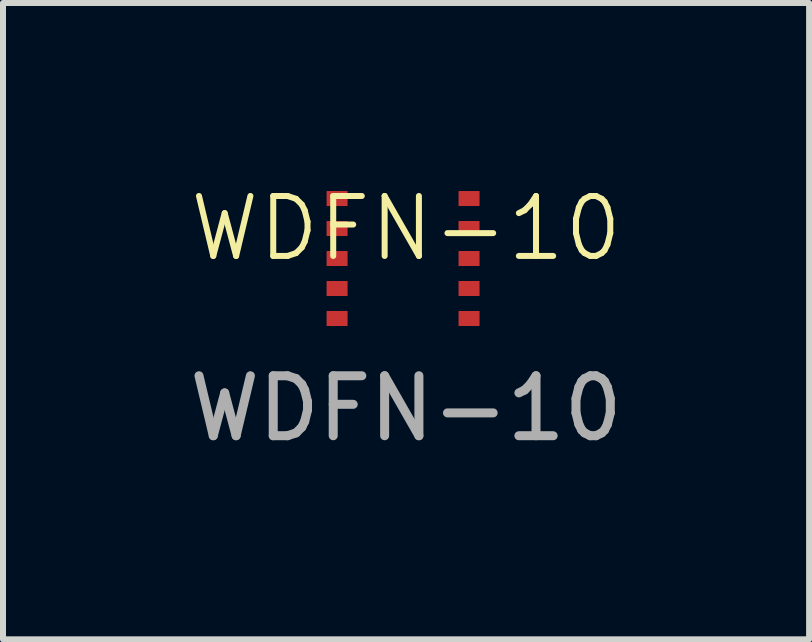
<source format=kicad_pcb>
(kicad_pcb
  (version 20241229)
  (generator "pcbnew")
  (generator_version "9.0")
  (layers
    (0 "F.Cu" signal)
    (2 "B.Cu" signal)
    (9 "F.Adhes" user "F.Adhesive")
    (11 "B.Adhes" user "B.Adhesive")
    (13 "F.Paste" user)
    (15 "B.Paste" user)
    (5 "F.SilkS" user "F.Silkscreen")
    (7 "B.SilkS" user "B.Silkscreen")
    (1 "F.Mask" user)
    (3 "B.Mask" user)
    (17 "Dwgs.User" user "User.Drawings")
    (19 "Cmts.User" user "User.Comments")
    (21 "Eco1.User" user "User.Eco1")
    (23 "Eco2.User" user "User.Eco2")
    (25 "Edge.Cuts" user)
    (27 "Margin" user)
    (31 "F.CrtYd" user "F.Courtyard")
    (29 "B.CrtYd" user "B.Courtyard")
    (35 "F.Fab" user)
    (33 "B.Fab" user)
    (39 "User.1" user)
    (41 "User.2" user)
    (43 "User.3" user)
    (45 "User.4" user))
  (footprint "WDFN-10"
    (layer "F.Cu")
    (at 3.72 1.26)
    (property "Reference" "WDFN-10" (at 0 -0.5 0) (unlocked yes) (layer "F.SilkS") (effects (font (size 1 1) (thickness 0.1))))
    (attr smd)
    (fp_text user "${REFERENCE}" (at 0 2.5 0) (unlocked yes) (layer "F.Fab") (effects (font (size 1 1) (thickness 0.15))))
    (pad "1" smd rect (at -1.15 -1) (size 0.35 0.25) (layers "F.Cu" "F.Mask" "F.Paste"))
    (pad "1" smd rect (at -1.15 -0.5) (size 0.35 0.25) (layers "F.Cu" "F.Mask" "F.Paste"))
    (pad "1" smd rect (at -1.15 0) (size 0.35 0.25) (layers "F.Cu" "F.Mask" "F.Paste"))
    (pad "1" smd rect (at -1.15 0.5) (size 0.35 0.25) (layers "F.Cu" "F.Mask" "F.Paste"))
    (pad "1" smd rect (at -1.15 1) (size 0.35 0.25) (layers "F.Cu" "F.Mask" "F.Paste"))
    (pad "1" smd rect (at 1.05 -1) (size 0.35 0.25) (layers "F.Cu" "F.Mask" "F.Paste"))
    (pad "1" smd rect (at 1.05 -0.5) (size 0.35 0.25) (layers "F.Cu" "F.Mask" "F.Paste"))
    (pad "1" smd rect (at 1.05 0) (size 0.35 0.25) (layers "F.Cu" "F.Mask" "F.Paste"))
    (pad "1" smd rect (at 1.05 0.5) (size 0.35 0.25) (layers "F.Cu" "F.Mask" "F.Paste"))
    (pad "1" smd rect (at 1.05 1) (size 0.35 0.25) (layers "F.Cu" "F.Mask" "F.Paste")))
  (gr_rect
    (start -3 -3)
    (end 10.44 7.609)
    (stroke (width 0.1) (type default))
    (fill no)
    (layer "Edge.Cuts")))
</source>
